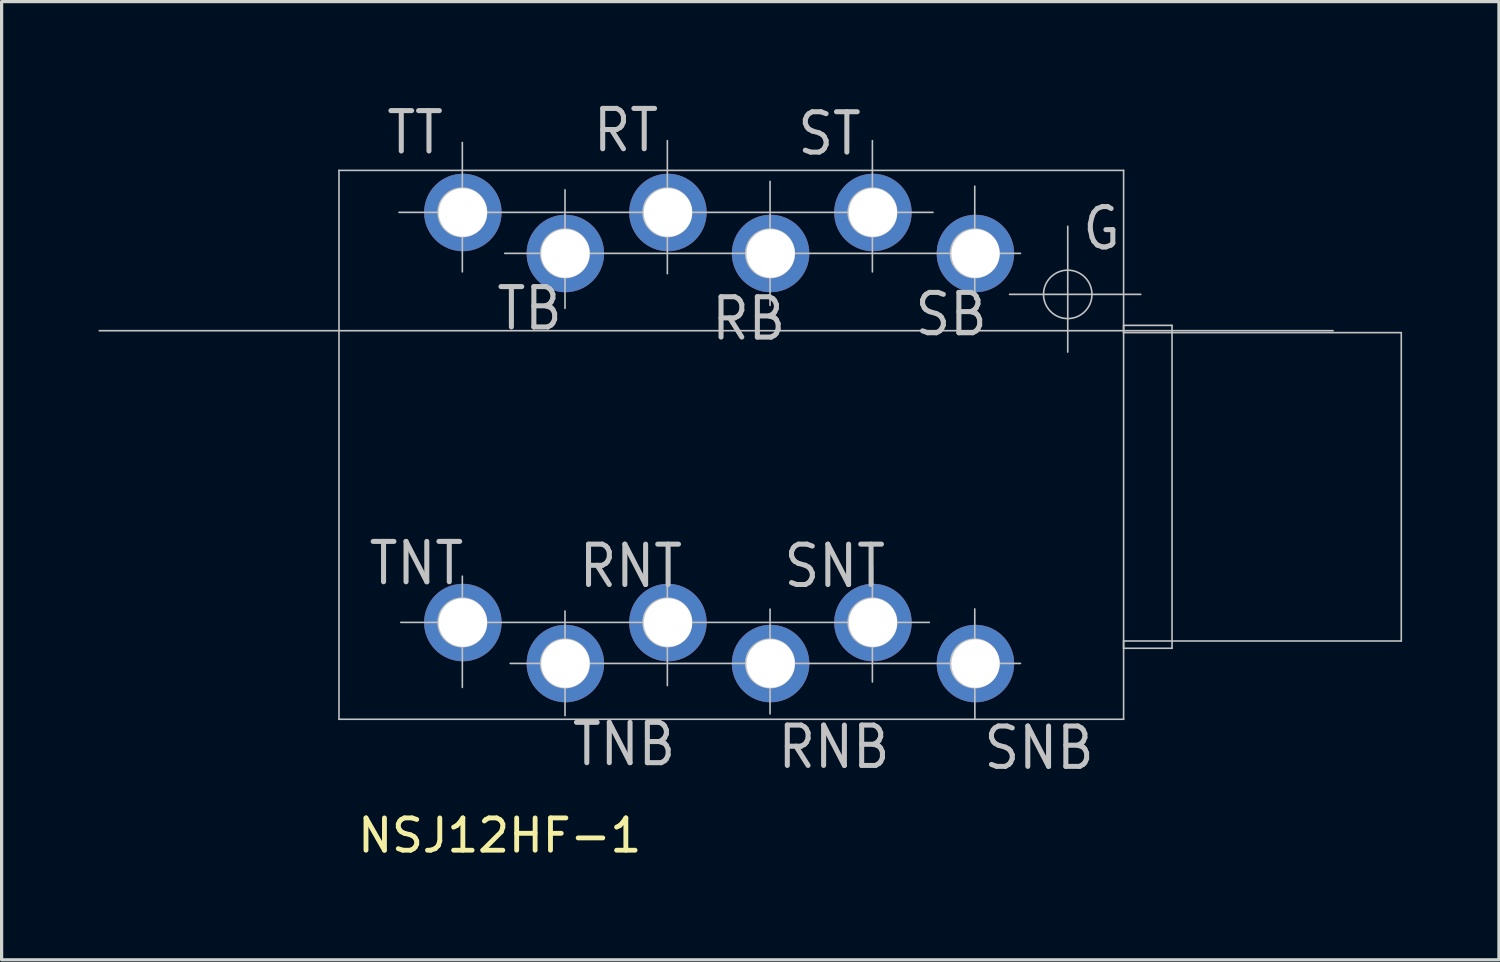
<source format=kicad_pcb>
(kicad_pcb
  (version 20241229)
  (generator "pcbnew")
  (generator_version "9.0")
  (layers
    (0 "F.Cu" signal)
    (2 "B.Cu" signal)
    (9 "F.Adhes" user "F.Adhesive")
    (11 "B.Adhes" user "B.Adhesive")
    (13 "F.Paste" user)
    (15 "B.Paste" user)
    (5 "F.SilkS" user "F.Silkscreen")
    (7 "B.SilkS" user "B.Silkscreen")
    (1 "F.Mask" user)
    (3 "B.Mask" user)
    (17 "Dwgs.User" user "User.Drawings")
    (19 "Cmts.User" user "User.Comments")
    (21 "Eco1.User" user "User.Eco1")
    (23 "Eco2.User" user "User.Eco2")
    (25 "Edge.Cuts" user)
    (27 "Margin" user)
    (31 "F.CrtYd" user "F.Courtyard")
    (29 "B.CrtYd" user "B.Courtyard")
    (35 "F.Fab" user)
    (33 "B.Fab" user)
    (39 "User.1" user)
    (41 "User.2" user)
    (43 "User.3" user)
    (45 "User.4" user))
  (footprint "NSJ12HF-1"
    (layer "F.Cu")
    (at 31.766 12.031)
    (property "Reference" "NSJ12HF-1" (at -19.338 10.796 0) (layer "F.SilkS") (effects (font (size 1 1) (thickness 0.15))))
    (attr through_hole)
    (fp_line (start -31.741 -4.839) (end 6.471 -4.839) (stroke (width 0.05) (type solid)) (layer "Dwgs.User"))
    (fp_line (start -24.317 -9.804) (end -0.017 -9.804) (stroke (width 0.05) (type solid)) (layer "Dwgs.User"))
    (fp_line (start -24.317 7.196) (end -24.317 -9.804) (stroke (width 0.05) (type solid)) (layer "Dwgs.User"))
    (fp_line (start -22.458 -8.504) (end -5.92 -8.504) (stroke (width 0.05) (type solid)) (layer "Dwgs.User"))
    (fp_line (start -22.402 4.196) (end -6.033 4.196) (stroke (width 0.05) (type solid)) (layer "Dwgs.User"))
    (fp_line (start -20.497 -10.668) (end -20.497 -6.661) (stroke (width 0.05) (type solid)) (layer "Dwgs.User"))
    (fp_line (start -20.497 2.765) (end -20.497 6.208) (stroke (width 0.05) (type solid)) (layer "Dwgs.User"))
    (fp_line (start -19.185 -7.234) (end -3.211 -7.234) (stroke (width 0.05) (type solid)) (layer "Dwgs.User"))
    (fp_line (start -19.015 5.466) (end -3.211 5.466) (stroke (width 0.05) (type solid)) (layer "Dwgs.User"))
    (fp_line (start -17.317 -9.201) (end -17.317 -5.532) (stroke (width 0.05) (type solid)) (layer "Dwgs.User"))
    (fp_line (start -17.317 3.843) (end -17.317 7.083) (stroke (width 0.05) (type solid)) (layer "Dwgs.User"))
    (fp_line (start -14.147 -10.725) (end -14.147 -6.605) (stroke (width 0.05) (type solid)) (layer "Dwgs.User"))
    (fp_line (start -14.147 2.652) (end -14.147 6.152) (stroke (width 0.05) (type solid)) (layer "Dwgs.User"))
    (fp_line (start -10.967 -5.623) (end -10.967 -9.463) (stroke (width 0.05) (type solid)) (layer "Dwgs.User"))
    (fp_line (start -10.967 3.785) (end -10.967 7.028) (stroke (width 0.05) (type solid)) (layer "Dwgs.User"))
    (fp_line (start -7.797 -10.725) (end -7.797 -6.661) (stroke (width 0.05) (type solid)) (layer "Dwgs.User"))
    (fp_line (start -7.797 2.483) (end -7.797 6.039) (stroke (width 0.05) (type solid)) (layer "Dwgs.User"))
    (fp_line (start -4.627 -9.314) (end -4.627 -5.814) (stroke (width 0.05) (type solid)) (layer "Dwgs.User"))
    (fp_line (start -4.627 3.779) (end -4.623 7.196) (stroke (width 0.05) (type solid)) (layer "Dwgs.User"))
    (fp_line (start -3.55 -5.964) (end 0.514 -5.964) (stroke (width 0.05) (type solid)) (layer "Dwgs.User"))
    (fp_line (start -1.747 -8.072) (end -1.747 -4.177) (stroke (width 0.05) (type solid)) (layer "Dwgs.User"))
    (fp_line (start -0.017 -9.804) (end -0.017 -4.779) (stroke (width 0.05) (type solid)) (layer "Dwgs.User"))
    (fp_line (start -0.017 -5.004) (end -0.017 4.996) (stroke (width 0.05) (type solid)) (layer "Dwgs.User"))
    (fp_line (start -0.017 -5.004) (end 1.483 -5.004) (stroke (width 0.05) (type solid)) (layer "Dwgs.User"))
    (fp_line (start -0.017 -4.779) (end 8.583 -4.779) (stroke (width 0.05) (type solid)) (layer "Dwgs.User"))
    (fp_line (start -0.017 4.771) (end -0.017 7.196) (stroke (width 0.05) (type solid)) (layer "Dwgs.User"))
    (fp_line (start -0.017 7.196) (end -24.317 7.196) (stroke (width 0.05) (type solid)) (layer "Dwgs.User"))
    (fp_line (start 1.483 -5.004) (end 1.483 4.996) (stroke (width 0.05) (type solid)) (layer "Dwgs.User"))
    (fp_line (start 1.483 4.996) (end -0.017 4.996) (stroke (width 0.05) (type solid)) (layer "Dwgs.User"))
    (fp_line (start 8.583 -4.779) (end 8.583 4.771) (stroke (width 0.05) (type solid)) (layer "Dwgs.User"))
    (fp_line (start 8.583 4.771) (end -0.017 4.771) (stroke (width 0.05) (type solid)) (layer "Dwgs.User"))
    (fp_circle (center -20.497 -8.504) (end -19.747 -8.504) (stroke (width 0.05) (type solid)) (fill no) (layer "Dwgs.User"))
    (fp_circle (center -20.497 4.196) (end -19.747 4.196) (stroke (width 0.05) (type solid)) (fill no) (layer "Dwgs.User"))
    (fp_circle (center -17.317 -7.234) (end -16.567 -7.234) (stroke (width 0.05) (type solid)) (fill no) (layer "Dwgs.User"))
    (fp_circle (center -17.317 5.466) (end -16.567 5.466) (stroke (width 0.05) (type solid)) (fill no) (layer "Dwgs.User"))
    (fp_circle (center -14.147 -8.504) (end -13.397 -8.504) (stroke (width 0.05) (type solid)) (fill no) (layer "Dwgs.User"))
    (fp_circle (center -14.147 4.196) (end -13.397 4.196) (stroke (width 0.05) (type solid)) (fill no) (layer "Dwgs.User"))
    (fp_circle (center -10.967 -7.234) (end -10.217 -7.234) (stroke (width 0.05) (type solid)) (fill no) (layer "Dwgs.User"))
    (fp_circle (center -10.967 5.466) (end -10.217 5.466) (stroke (width 0.05) (type solid)) (fill no) (layer "Dwgs.User"))
    (fp_circle (center -7.797 -8.504) (end -7.047 -8.504) (stroke (width 0.05) (type solid)) (fill no) (layer "Dwgs.User"))
    (fp_circle (center -7.797 4.196) (end -7.047 4.196) (stroke (width 0.05) (type solid)) (fill no) (layer "Dwgs.User"))
    (fp_circle (center -4.627 -7.234) (end -3.877 -7.234) (stroke (width 0.05) (type solid)) (fill no) (layer "Dwgs.User"))
    (fp_circle (center -4.627 5.466) (end -3.877 5.466) (stroke (width 0.05) (type solid)) (fill no) (layer "Dwgs.User"))
    (fp_circle (center -1.747 -5.964) (end -0.997 -5.964) (stroke (width 0.05) (type solid)) (fill no) (layer "Dwgs.User"))
    (fp_text user "TNB" (at -17.173 8.701 0) (layer "Dwgs.User") (effects (font (size 1.25 1.125) (thickness 0.156)) (justify left bottom)))
    (fp_text user "SNT" (at -10.619 3.183 0) (layer "Dwgs.User") (effects (font (size 1.25 1.125) (thickness 0.156)) (justify left bottom)))
    (fp_text user "RNT" (at -16.959 3.183 0) (layer "Dwgs.User") (effects (font (size 1.25 1.125) (thickness 0.156)) (justify left bottom)))
    (fp_text user "TB" (at -19.509 -4.794 0) (layer "Dwgs.User") (effects (font (size 1.25 1.125) (thickness 0.156)) (justify left bottom)))
    (fp_text user "RT" (at -16.52 -10.313 0) (layer "Dwgs.User") (effects (font (size 1.25 1.125) (thickness 0.156)) (justify left bottom)))
    (fp_text user "G" (at -1.364 -7.272 0) (layer "Dwgs.User") (effects (font (size 1.25 1.125) (thickness 0.156)) (justify left bottom)))
    (fp_text user "RNB" (at -10.803 8.786 0) (layer "Dwgs.User") (effects (font (size 1.25 1.125) (thickness 0.156)) (justify left bottom)))
    (fp_text user "ST" (at -10.191 -10.209 0) (layer "Dwgs.User") (effects (font (size 1.25 1.125) (thickness 0.156)) (justify left bottom)))
    (fp_text user "SNB" (at -4.426 8.815 0) (layer "Dwgs.User") (effects (font (size 1.25 1.125) (thickness 0.156)) (justify left bottom)))
    (fp_text user "TT" (at -22.919 -10.244 0) (layer "Dwgs.User") (effects (font (size 1.25 1.125) (thickness 0.156)) (justify left bottom)))
    (fp_text user "RB" (at -12.855 -4.48 0) (layer "Dwgs.User") (effects (font (size 1.25 1.125) (thickness 0.156)) (justify left bottom)))
    (fp_text user "TNT" (at -23.468 3.098 0) (layer "Dwgs.User") (effects (font (size 1.25 1.125) (thickness 0.156)) (justify left bottom)))
    (fp_text user "SB" (at -6.56 -4.614 0) (layer "Dwgs.User") (effects (font (size 1.25 1.125) (thickness 0.156)) (justify left bottom)))
    (pad "R1" thru_hole circle (at -14.13 -8.5) (size 2.4 2.4) (drill 1.5) (layers "*.Cu" "*.Mask"))
    (pad "R2" thru_hole circle (at -10.95 -7.23) (size 2.4 2.4) (drill 1.5) (layers "*.Cu" "*.Mask"))
    (pad "RN1" thru_hole circle (at -14.13 4.2) (size 2.4 2.4) (drill 1.5) (layers "*.Cu" "*.Mask"))
    (pad "RN2" thru_hole circle (at -10.95 5.47) (size 2.4 2.4) (drill 1.5) (layers "*.Cu" "*.Mask"))
    (pad "S1" thru_hole circle (at -7.781 -8.5) (size 2.4 2.4) (drill 1.5) (layers "*.Cu" "*.Mask"))
    (pad "S2" thru_hole circle (at -4.606 -7.23) (size 2.4 2.4) (drill 1.5) (layers "*.Cu" "*.Mask"))
    (pad "SN1" thru_hole circle (at -7.78 4.2) (size 2.4 2.4) (drill 1.5) (layers "*.Cu" "*.Mask"))
    (pad "SN2" thru_hole circle (at -4.606 5.47) (size 2.4 2.4) (drill 1.5) (layers "*.Cu" "*.Mask"))
    (pad "T1" thru_hole circle (at -20.481 -8.5) (size 2.4 2.4) (drill 1.5) (layers "*.Cu" "*.Mask"))
    (pad "T2" thru_hole circle (at -17.306 -7.23) (size 2.4 2.4) (drill 1.5) (layers "*.Cu" "*.Mask"))
    (pad "TN1" thru_hole circle (at -20.481 4.2) (size 2.4 2.4) (drill 1.5) (layers "*.Cu" "*.Mask"))
    (pad "TN2" thru_hole circle (at -17.306 5.47) (size 2.4 2.4) (drill 1.5) (layers "*.Cu" "*.Mask")))
  (gr_rect
    (start -3 -3)
    (end 43.374 26.676)
    (stroke (width 0.1) (type default))
    (fill no)
    (layer "Edge.Cuts")))
</source>
